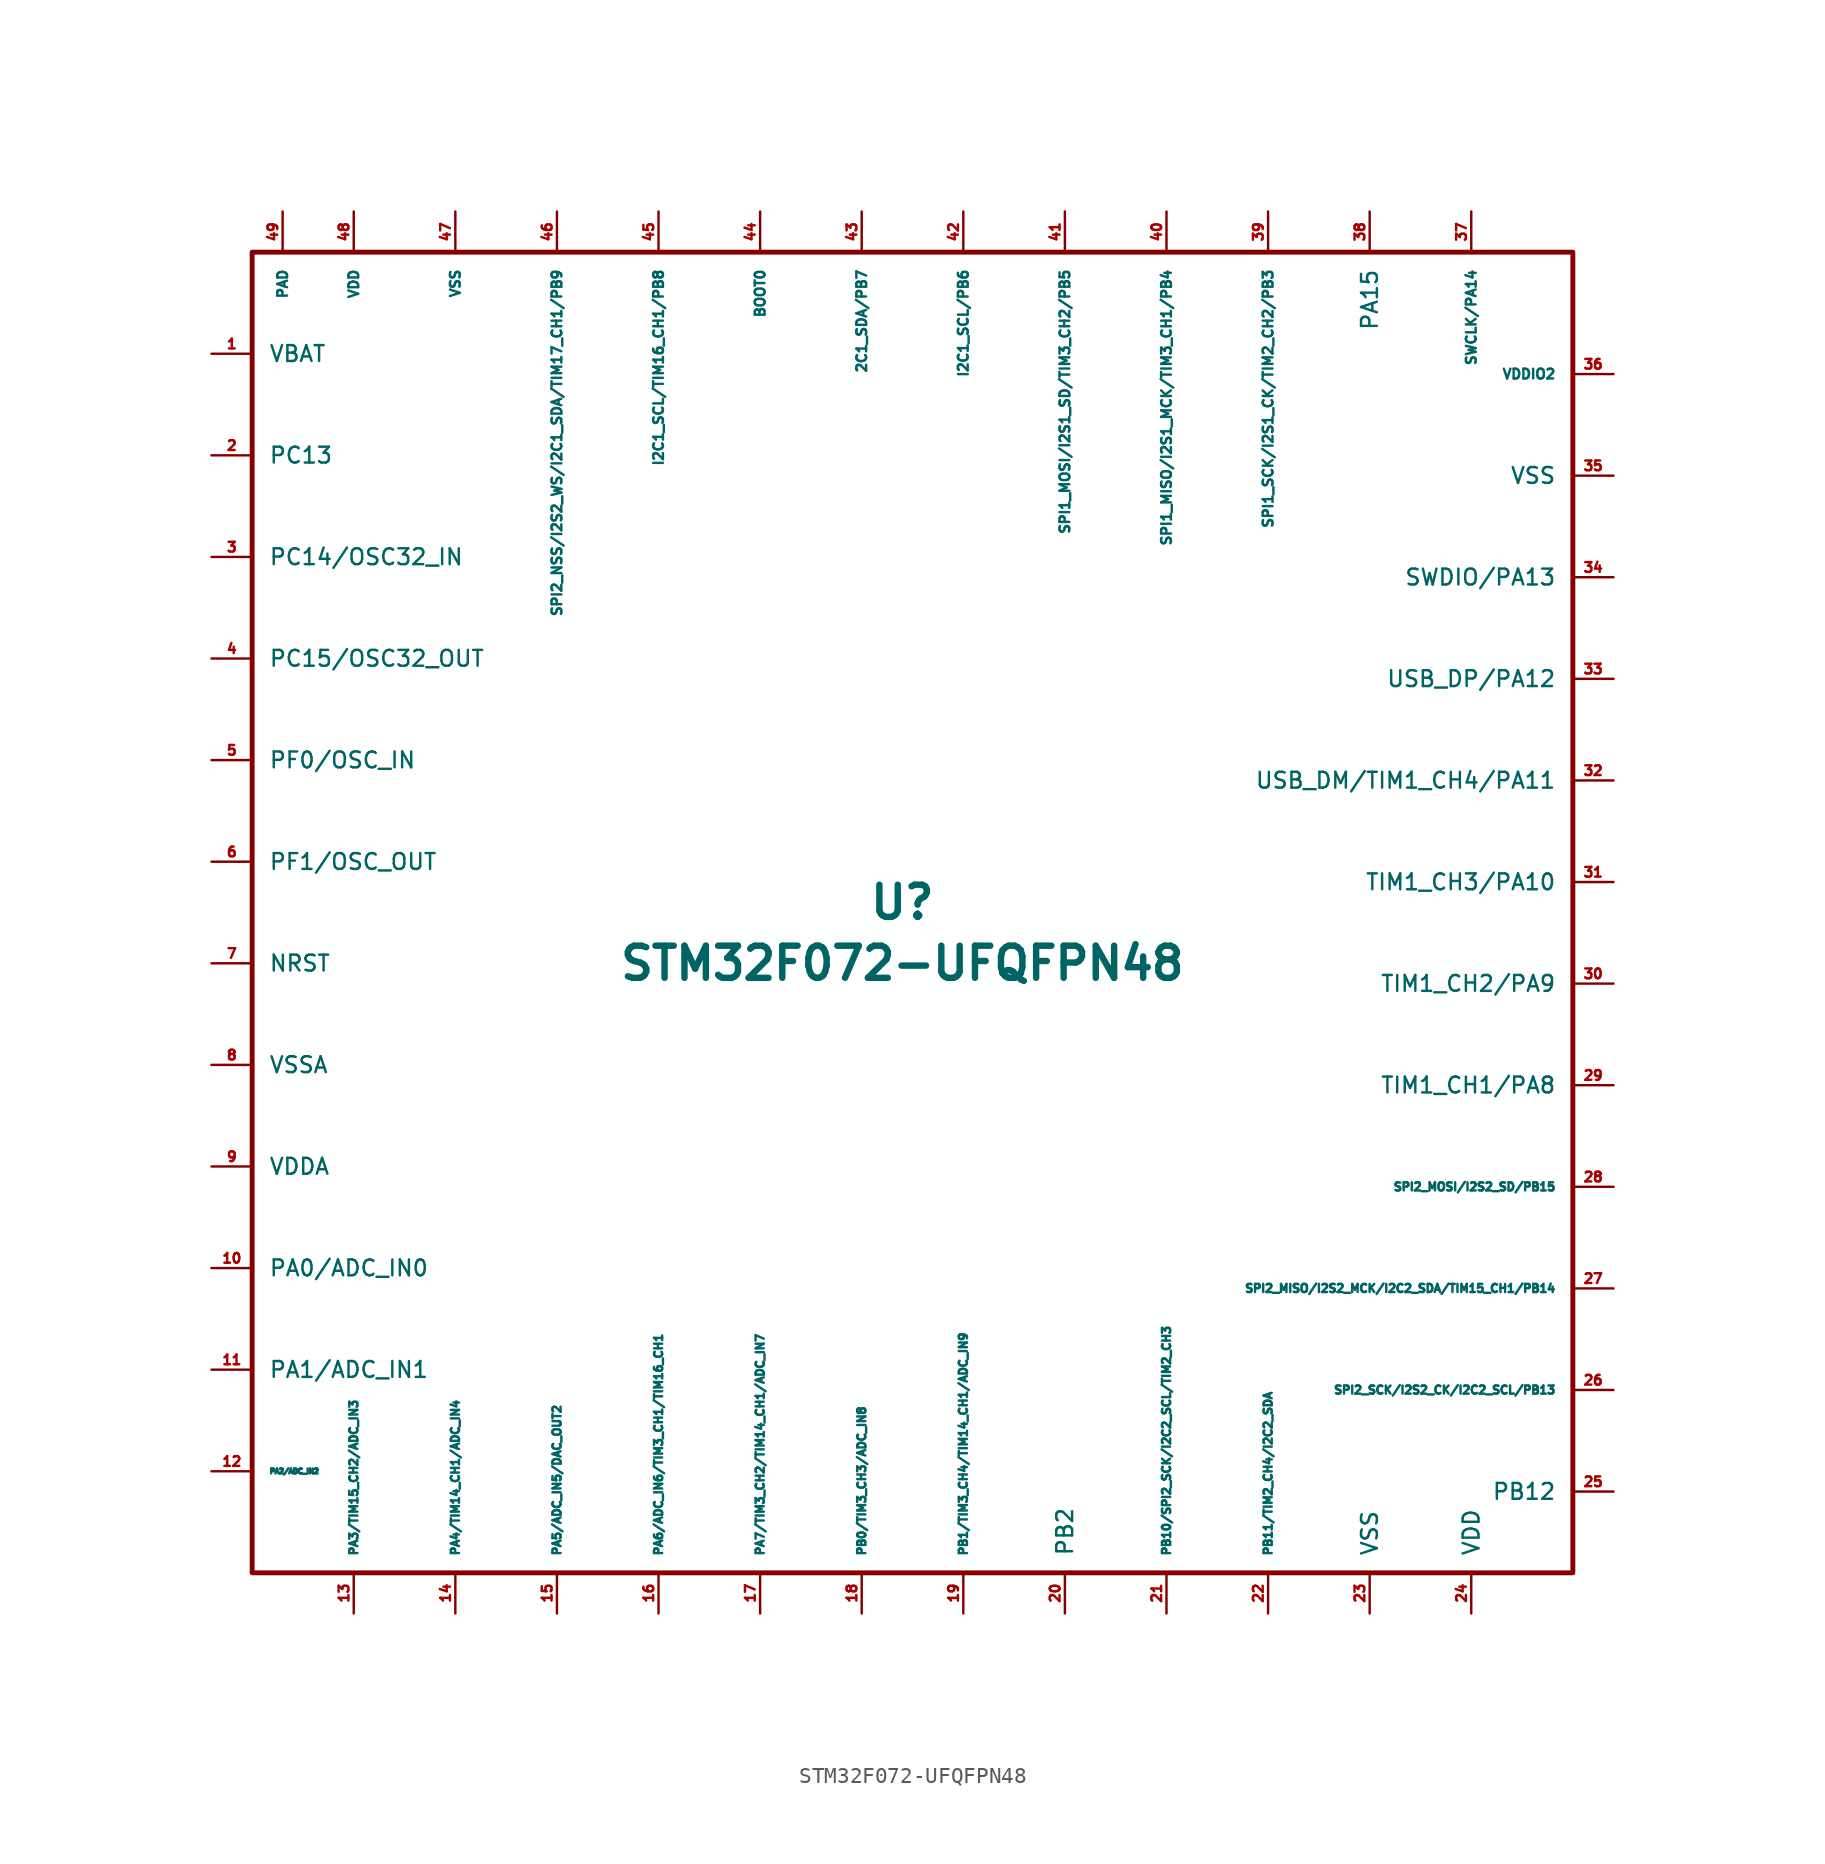
<source format=kicad_sym>
(kicad_symbol_lib
  (version 20211014)
  (generator kicad_symbol_editor)
  (symbol "STM32F072-UFQFPN48"
    (pin_names
      (offset 1.016))
    (property "Reference" "U"
      (at 0 1.27 0)
      (effects (font (size 2.007 2.007) bold)))
    (property "Value" "STM32F072-UFQFPN48"
      (at 0 -2.54 0)
      (effects (font (size 2.007 2.007) bold)))
    (symbol "STM32F072-UFQFPN48_0_1"
      (rectangle (start 41.91 41.91) (end -40.64 -40.64) (stroke (width 0.305) (type default) (color 0 0 0 0)) (fill (type none))))
    (symbol "STM32F072-UFQFPN48_1_1"
      (pin power_in line (at -43.18 35.56 0) (length 2.54) (name "VBAT" (effects (font (size 0.991 0.991)))) (number "1" (effects (font (size 0.61 0.61)))))
      (pin bidirectional line (at -43.18 -21.59 0) (length 2.54) (name "PA0/ADC_IN0" (effects (font (size 0.991 0.991)))) (number "10" (effects (font (size 0.61 0.61)))))
      (pin bidirectional line (at -43.18 -27.94 0) (length 2.54) (name "PA1/ADC_IN1" (effects (font (size 0.991 0.991)))) (number "11" (effects (font (size 0.61 0.61)))))
      (pin bidirectional line (at -43.18 -34.29 0) (length 2.54) (name "PA2/ADC_IN2" (effects (font (size 0.305 0.305)))) (number "12" (effects (font (size 0.61 0.61)))))
      (pin bidirectional line (at -34.29 -43.18 90) (length 2.54) (name "PA3/TIM15_CH2/ADC_IN3" (effects (font (size 0.508 0.508)))) (number "13" (effects (font (size 0.61 0.61)))))
      (pin bidirectional line (at -27.94 -43.18 90) (length 2.54) (name "PA4/TIM14_CH1/ADC_IN4" (effects (font (size 0.508 0.508)))) (number "14" (effects (font (size 0.61 0.61)))))
      (pin bidirectional line (at -21.59 -43.18 90) (length 2.54) (name "PA5/ADC_IN5/DAC_OUT2" (effects (font (size 0.508 0.508)))) (number "15" (effects (font (size 0.61 0.61)))))
      (pin bidirectional line (at -15.24 -43.18 90) (length 2.54) (name "PA6/ADC_IN6/TIM3_CH1/TIM16_CH1" (effects (font (size 0.508 0.508)))) (number "16" (effects (font (size 0.61 0.61)))))
      (pin bidirectional line (at -8.89 -43.18 90) (length 2.54) (name "PA7/TIM3_CH2/TIM14_CH1/ADC_IN7" (effects (font (size 0.508 0.508)))) (number "17" (effects (font (size 0.61 0.61)))))
      (pin bidirectional line (at -2.54 -43.18 90) (length 2.54) (name "PB0/TIM3_CH3/ADC_IN8" (effects (font (size 0.508 0.508)))) (number "18" (effects (font (size 0.61 0.61)))))
      (pin bidirectional line (at 3.81 -43.18 90) (length 2.54) (name "PB1/TIM3_CH4/TIM14_CH1/ADC_IN9" (effects (font (size 0.508 0.508)))) (number "19" (effects (font (size 0.61 0.61)))))
      (pin bidirectional line (at -43.18 29.21 0) (length 2.54) (name "PC13" (effects (font (size 0.991 0.991)))) (number "2" (effects (font (size 0.61 0.61)))))
      (pin bidirectional line (at 10.16 -43.18 90) (length 2.54) (name "PB2" (effects (font (size 0.991 0.991)))) (number "20" (effects (font (size 0.61 0.61)))))
      (pin bidirectional line (at 16.51 -43.18 90) (length 2.54) (name "PB10/SPI2_SCK/I2C2_SCL/TIM2_CH3" (effects (font (size 0.508 0.508)))) (number "21" (effects (font (size 0.61 0.61)))))
      (pin bidirectional line (at 22.86 -43.18 90) (length 2.54) (name "PB11/TIM2_CH4/I2C2_SDA" (effects (font (size 0.508 0.508)))) (number "22" (effects (font (size 0.61 0.61)))))
      (pin power_in line (at 29.21 -43.18 90) (length 2.54) (name "VSS" (effects (font (size 0.991 0.991)))) (number "23" (effects (font (size 0.61 0.61)))))
      (pin power_in line (at 35.56 -43.18 90) (length 2.54) (name "VDD" (effects (font (size 0.991 0.991)))) (number "24" (effects (font (size 0.61 0.61)))))
      (pin bidirectional line (at 44.45 -35.56 180) (length 2.54) (name "PB12" (effects (font (size 0.991 0.991)))) (number "25" (effects (font (size 0.61 0.61)))))
      (pin bidirectional line (at 44.45 -29.21 180) (length 2.54) (name "SPI2_SCK/I2S2_CK/I2C2_SCL/PB13" (effects (font (size 0.508 0.508)))) (number "26" (effects (font (size 0.61 0.61)))))
      (pin bidirectional line (at 44.45 -22.86 180) (length 2.54) (name "SPI2_MISO/I2S2_MCK/I2C2_SDA/TIM15_CH1/PB14" (effects (font (size 0.508 0.508)))) (number "27" (effects (font (size 0.61 0.61)))))
      (pin bidirectional line (at 44.45 -16.51 180) (length 2.54) (name "SPI2_MOSI/I2S2_SD/PB15" (effects (font (size 0.508 0.508)))) (number "28" (effects (font (size 0.61 0.61)))))
      (pin bidirectional line (at 44.45 -10.16 180) (length 2.54) (name "TIM1_CH1/PA8" (effects (font (size 0.991 0.991)))) (number "29" (effects (font (size 0.61 0.61)))))
      (pin bidirectional line (at -43.18 22.86 0) (length 2.54) (name "PC14/OSC32_IN" (effects (font (size 0.991 0.991)))) (number "3" (effects (font (size 0.61 0.61)))))
      (pin bidirectional line (at 44.45 -3.81 180) (length 2.54) (name "TIM1_CH2/PA9" (effects (font (size 0.991 0.991)))) (number "30" (effects (font (size 0.61 0.61)))))
      (pin bidirectional line (at 44.45 2.54 180) (length 2.54) (name "TIM1_CH3/PA10" (effects (font (size 0.991 0.991)))) (number "31" (effects (font (size 0.61 0.61)))))
      (pin bidirectional line (at 44.45 8.89 180) (length 2.54) (name "USB_DM/TIM1_CH4/PA11" (effects (font (size 0.991 0.991)))) (number "32" (effects (font (size 0.61 0.61)))))
      (pin bidirectional line (at 44.45 15.24 180) (length 2.54) (name "USB_DP/PA12" (effects (font (size 0.991 0.991)))) (number "33" (effects (font (size 0.61 0.61)))))
      (pin bidirectional line (at 44.45 21.59 180) (length 2.54) (name "SWDIO/PA13" (effects (font (size 0.991 0.991)))) (number "34" (effects (font (size 0.61 0.61)))))
      (pin power_in line (at 44.45 27.94 180) (length 2.54) (name "VSS" (effects (font (size 0.991 0.991)))) (number "35" (effects (font (size 0.61 0.61)))))
      (pin power_in line (at 44.45 34.29 180) (length 2.54) (name "VDDIO2" (effects (font (size 0.61 0.61)))) (number "36" (effects (font (size 0.61 0.61)))))
      (pin bidirectional line (at 35.56 44.45 270) (length 2.54) (name "SWCLK/PA14" (effects (font (size 0.61 0.61)))) (number "37" (effects (font (size 0.61 0.61)))))
      (pin bidirectional line (at 29.21 44.45 270) (length 2.54) (name "PA15" (effects (font (size 0.991 0.991)))) (number "38" (effects (font (size 0.61 0.61)))))
      (pin bidirectional line (at 22.86 44.45 270) (length 2.54) (name "SPI1_SCK/I2S1_CK/TIM2_CH2/PB3" (effects (font (size 0.61 0.61)))) (number "39" (effects (font (size 0.61 0.61)))))
      (pin bidirectional line (at -43.18 16.51 0) (length 2.54) (name "PC15/OSC32_OUT" (effects (font (size 0.991 0.991)))) (number "4" (effects (font (size 0.61 0.61)))))
      (pin bidirectional line (at 16.51 44.45 270) (length 2.54) (name "SPI1_MISO/I2S1_MCK/TIM3_CH1/PB4" (effects (font (size 0.61 0.61)))) (number "40" (effects (font (size 0.61 0.61)))))
      (pin bidirectional line (at 10.16 44.45 270) (length 2.54) (name "SPI1_MOSI/I2S1_SD/TIM3_CH2/PB5" (effects (font (size 0.61 0.61)))) (number "41" (effects (font (size 0.61 0.61)))))
      (pin bidirectional line (at 3.81 44.45 270) (length 2.54) (name "I2C1_SCL/PB6" (effects (font (size 0.61 0.61)))) (number "42" (effects (font (size 0.61 0.61)))))
      (pin bidirectional line (at -2.54 44.45 270) (length 2.54) (name "2C1_SDA/PB7" (effects (font (size 0.61 0.61)))) (number "43" (effects (font (size 0.61 0.61)))))
      (pin output line (at -8.89 44.45 270) (length 2.54) (name "BOOT0" (effects (font (size 0.61 0.61)))) (number "44" (effects (font (size 0.61 0.61)))))
      (pin bidirectional line (at -15.24 44.45 270) (length 2.54) (name "I2C1_SCL/TIM16_CH1/PB8" (effects (font (size 0.61 0.61)))) (number "45" (effects (font (size 0.61 0.61)))))
      (pin input line (at -21.59 44.45 270) (length 2.54) (name "SPI2_NSS/I2S2_WS/I2C1_SDA/TIM17_CH1/PB9" (effects (font (size 0.61 0.61)))) (number "46" (effects (font (size 0.61 0.61)))))
      (pin input line (at -27.94 44.45 270) (length 2.54) (name "VSS" (effects (font (size 0.61 0.61)))) (number "47" (effects (font (size 0.61 0.61)))))
      (pin input line (at -34.29 44.45 270) (length 2.54) (name "VDD" (effects (font (size 0.61 0.61)))) (number "48" (effects (font (size 0.61 0.61)))))
      (pin input line (at -38.735 44.45 270) (length 2.54) (name "PAD" (effects (font (size 0.61 0.61)))) (number "49" (effects (font (size 0.61 0.61)))))
      (pin bidirectional line (at -43.18 10.16 0) (length 2.54) (name "PF0/OSC_IN" (effects (font (size 0.991 0.991)))) (number "5" (effects (font (size 0.61 0.61)))))
      (pin bidirectional line (at -43.18 3.81 0) (length 2.54) (name "PF1/OSC_OUT" (effects (font (size 0.991 0.991)))) (number "6" (effects (font (size 0.61 0.61)))))
      (pin input line (at -43.18 -2.54 0) (length 2.54) (name "NRST" (effects (font (size 0.991 0.991)))) (number "7" (effects (font (size 0.61 0.61)))))
      (pin power_in line (at -43.18 -8.89 0) (length 2.54) (name "VSSA" (effects (font (size 0.991 0.991)))) (number "8" (effects (font (size 0.61 0.61)))))
      (pin power_in line (at -43.18 -15.24 0) (length 2.54) (name "VDDA" (effects (font (size 0.991 0.991)))) (number "9" (effects (font (size 0.61 0.61))))))))
</source>
